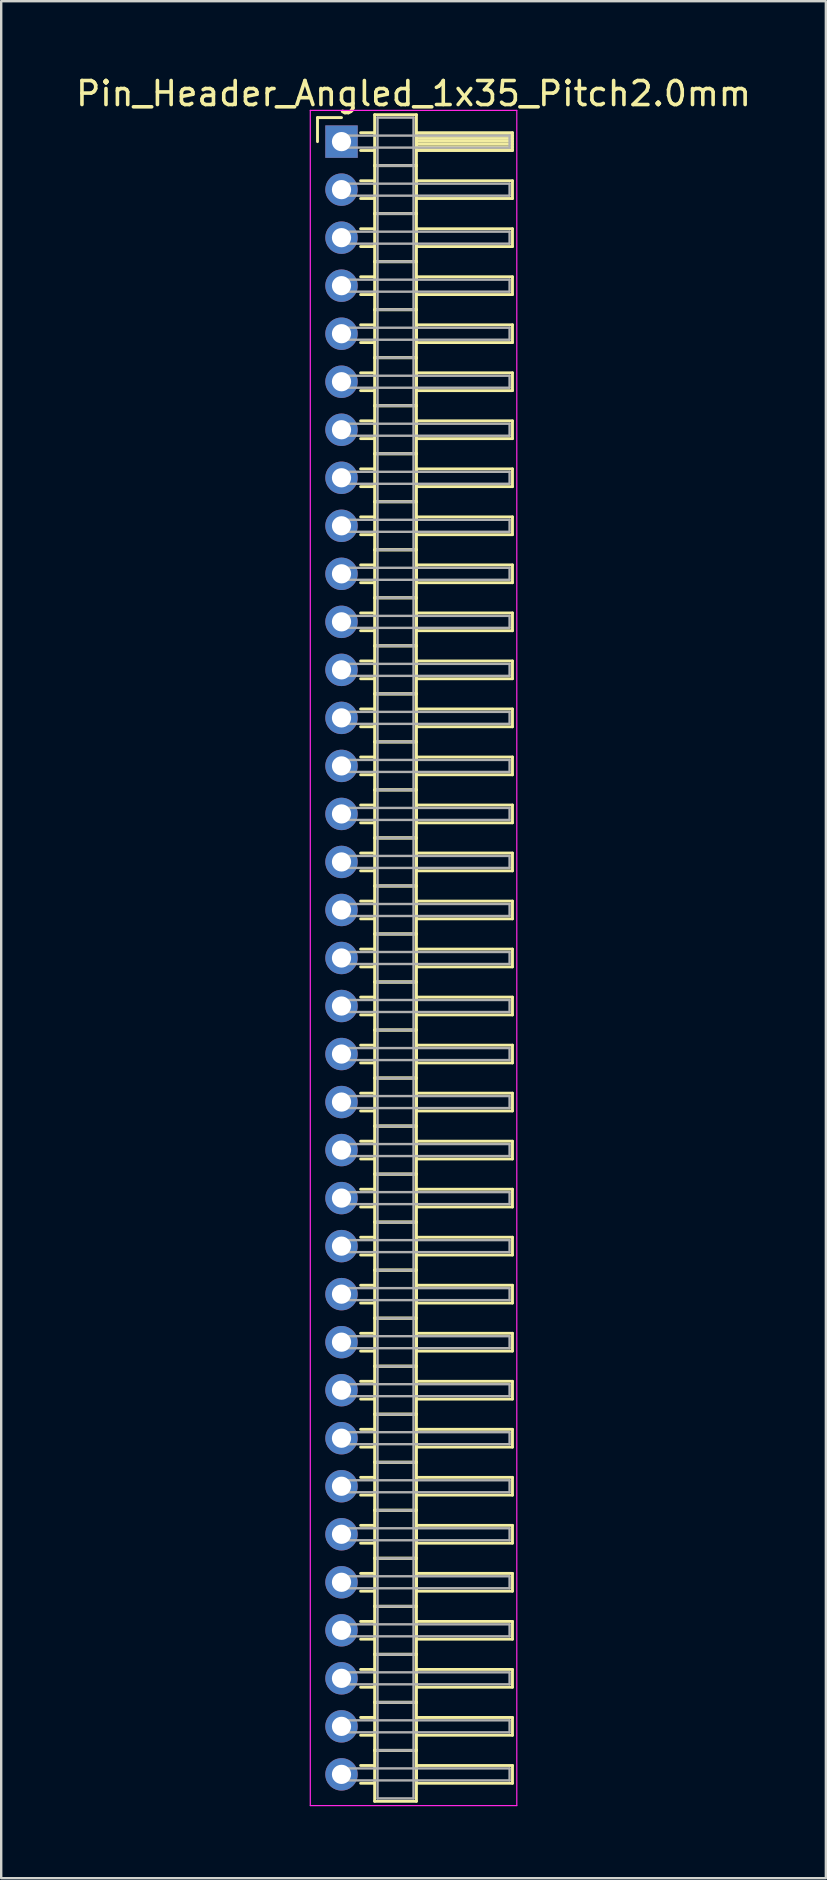
<source format=kicad_pcb>
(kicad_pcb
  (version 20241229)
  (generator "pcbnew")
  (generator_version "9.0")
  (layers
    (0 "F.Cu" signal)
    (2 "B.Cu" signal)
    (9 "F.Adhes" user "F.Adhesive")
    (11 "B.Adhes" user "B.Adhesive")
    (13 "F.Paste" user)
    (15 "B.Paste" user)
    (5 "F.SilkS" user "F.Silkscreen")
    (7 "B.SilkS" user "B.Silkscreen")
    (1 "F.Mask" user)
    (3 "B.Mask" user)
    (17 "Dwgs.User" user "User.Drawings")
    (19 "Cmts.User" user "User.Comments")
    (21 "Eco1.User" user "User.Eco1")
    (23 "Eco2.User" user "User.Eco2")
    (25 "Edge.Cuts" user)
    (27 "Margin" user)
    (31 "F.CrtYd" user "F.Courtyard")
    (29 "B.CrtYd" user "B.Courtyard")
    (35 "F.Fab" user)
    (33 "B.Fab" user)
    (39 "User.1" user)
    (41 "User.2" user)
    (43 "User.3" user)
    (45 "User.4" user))
  (footprint "Pin_Header_Angled_1x35_Pitch2.0mm"
    (layer "F.Cu")
    (at 11.173 2.848)
    (property "Reference" "Pin_Header_Angled_1x35_Pitch2.0mm" (at 3 -2 0) (layer "F.SilkS") (effects (font (size 1 1) (thickness 0.15))))
    (attr through_hole)
    (fp_line (start -1 -1) (end 0 -1) (stroke (width 0.12) (type solid)) (layer "F.SilkS"))
    (fp_line (start -1 0) (end -1 -1) (stroke (width 0.12) (type solid)) (layer "F.SilkS"))
    (fp_line (start 0.795 -0.37) (end 1.38 -0.37) (stroke (width 0.12) (type solid)) (layer "F.SilkS"))
    (fp_line (start 0.795 0.37) (end 1.38 0.37) (stroke (width 0.12) (type solid)) (layer "F.SilkS"))
    (fp_line (start 0.795 1.63) (end 1.38 1.63) (stroke (width 0.12) (type solid)) (layer "F.SilkS"))
    (fp_line (start 0.795 2.37) (end 1.38 2.37) (stroke (width 0.12) (type solid)) (layer "F.SilkS"))
    (fp_line (start 0.795 3.63) (end 1.38 3.63) (stroke (width 0.12) (type solid)) (layer "F.SilkS"))
    (fp_line (start 0.795 4.37) (end 1.38 4.37) (stroke (width 0.12) (type solid)) (layer "F.SilkS"))
    (fp_line (start 0.795 5.63) (end 1.38 5.63) (stroke (width 0.12) (type solid)) (layer "F.SilkS"))
    (fp_line (start 0.795 6.37) (end 1.38 6.37) (stroke (width 0.12) (type solid)) (layer "F.SilkS"))
    (fp_line (start 0.795 7.63) (end 1.38 7.63) (stroke (width 0.12) (type solid)) (layer "F.SilkS"))
    (fp_line (start 0.795 8.37) (end 1.38 8.37) (stroke (width 0.12) (type solid)) (layer "F.SilkS"))
    (fp_line (start 0.795 9.63) (end 1.38 9.63) (stroke (width 0.12) (type solid)) (layer "F.SilkS"))
    (fp_line (start 0.795 10.37) (end 1.38 10.37) (stroke (width 0.12) (type solid)) (layer "F.SilkS"))
    (fp_line (start 0.795 11.63) (end 1.38 11.63) (stroke (width 0.12) (type solid)) (layer "F.SilkS"))
    (fp_line (start 0.795 12.37) (end 1.38 12.37) (stroke (width 0.12) (type solid)) (layer "F.SilkS"))
    (fp_line (start 0.795 13.63) (end 1.38 13.63) (stroke (width 0.12) (type solid)) (layer "F.SilkS"))
    (fp_line (start 0.795 14.37) (end 1.38 14.37) (stroke (width 0.12) (type solid)) (layer "F.SilkS"))
    (fp_line (start 0.795 15.63) (end 1.38 15.63) (stroke (width 0.12) (type solid)) (layer "F.SilkS"))
    (fp_line (start 0.795 16.37) (end 1.38 16.37) (stroke (width 0.12) (type solid)) (layer "F.SilkS"))
    (fp_line (start 0.795 17.63) (end 1.38 17.63) (stroke (width 0.12) (type solid)) (layer "F.SilkS"))
    (fp_line (start 0.795 18.37) (end 1.38 18.37) (stroke (width 0.12) (type solid)) (layer "F.SilkS"))
    (fp_line (start 0.795 19.63) (end 1.38 19.63) (stroke (width 0.12) (type solid)) (layer "F.SilkS"))
    (fp_line (start 0.795 20.37) (end 1.38 20.37) (stroke (width 0.12) (type solid)) (layer "F.SilkS"))
    (fp_line (start 0.795 21.63) (end 1.38 21.63) (stroke (width 0.12) (type solid)) (layer "F.SilkS"))
    (fp_line (start 0.795 22.37) (end 1.38 22.37) (stroke (width 0.12) (type solid)) (layer "F.SilkS"))
    (fp_line (start 0.795 23.63) (end 1.38 23.63) (stroke (width 0.12) (type solid)) (layer "F.SilkS"))
    (fp_line (start 0.795 24.37) (end 1.38 24.37) (stroke (width 0.12) (type solid)) (layer "F.SilkS"))
    (fp_line (start 0.795 25.63) (end 1.38 25.63) (stroke (width 0.12) (type solid)) (layer "F.SilkS"))
    (fp_line (start 0.795 26.37) (end 1.38 26.37) (stroke (width 0.12) (type solid)) (layer "F.SilkS"))
    (fp_line (start 0.795 27.63) (end 1.38 27.63) (stroke (width 0.12) (type solid)) (layer "F.SilkS"))
    (fp_line (start 0.795 28.37) (end 1.38 28.37) (stroke (width 0.12) (type solid)) (layer "F.SilkS"))
    (fp_line (start 0.795 29.63) (end 1.38 29.63) (stroke (width 0.12) (type solid)) (layer "F.SilkS"))
    (fp_line (start 0.795 30.37) (end 1.38 30.37) (stroke (width 0.12) (type solid)) (layer "F.SilkS"))
    (fp_line (start 0.795 31.63) (end 1.38 31.63) (stroke (width 0.12) (type solid)) (layer "F.SilkS"))
    (fp_line (start 0.795 32.37) (end 1.38 32.37) (stroke (width 0.12) (type solid)) (layer "F.SilkS"))
    (fp_line (start 0.795 33.63) (end 1.38 33.63) (stroke (width 0.12) (type solid)) (layer "F.SilkS"))
    (fp_line (start 0.795 34.37) (end 1.38 34.37) (stroke (width 0.12) (type solid)) (layer "F.SilkS"))
    (fp_line (start 0.795 35.63) (end 1.38 35.63) (stroke (width 0.12) (type solid)) (layer "F.SilkS"))
    (fp_line (start 0.795 36.37) (end 1.38 36.37) (stroke (width 0.12) (type solid)) (layer "F.SilkS"))
    (fp_line (start 0.795 37.63) (end 1.38 37.63) (stroke (width 0.12) (type solid)) (layer "F.SilkS"))
    (fp_line (start 0.795 38.37) (end 1.38 38.37) (stroke (width 0.12) (type solid)) (layer "F.SilkS"))
    (fp_line (start 0.795 39.63) (end 1.38 39.63) (stroke (width 0.12) (type solid)) (layer "F.SilkS"))
    (fp_line (start 0.795 40.37) (end 1.38 40.37) (stroke (width 0.12) (type solid)) (layer "F.SilkS"))
    (fp_line (start 0.795 41.63) (end 1.38 41.63) (stroke (width 0.12) (type solid)) (layer "F.SilkS"))
    (fp_line (start 0.795 42.37) (end 1.38 42.37) (stroke (width 0.12) (type solid)) (layer "F.SilkS"))
    (fp_line (start 0.795 43.63) (end 1.38 43.63) (stroke (width 0.12) (type solid)) (layer "F.SilkS"))
    (fp_line (start 0.795 44.37) (end 1.38 44.37) (stroke (width 0.12) (type solid)) (layer "F.SilkS"))
    (fp_line (start 0.795 45.63) (end 1.38 45.63) (stroke (width 0.12) (type solid)) (layer "F.SilkS"))
    (fp_line (start 0.795 46.37) (end 1.38 46.37) (stroke (width 0.12) (type solid)) (layer "F.SilkS"))
    (fp_line (start 0.795 47.63) (end 1.38 47.63) (stroke (width 0.12) (type solid)) (layer "F.SilkS"))
    (fp_line (start 0.795 48.37) (end 1.38 48.37) (stroke (width 0.12) (type solid)) (layer "F.SilkS"))
    (fp_line (start 0.795 49.63) (end 1.38 49.63) (stroke (width 0.12) (type solid)) (layer "F.SilkS"))
    (fp_line (start 0.795 50.37) (end 1.38 50.37) (stroke (width 0.12) (type solid)) (layer "F.SilkS"))
    (fp_line (start 0.795 51.63) (end 1.38 51.63) (stroke (width 0.12) (type solid)) (layer "F.SilkS"))
    (fp_line (start 0.795 52.37) (end 1.38 52.37) (stroke (width 0.12) (type solid)) (layer "F.SilkS"))
    (fp_line (start 0.795 53.63) (end 1.38 53.63) (stroke (width 0.12) (type solid)) (layer "F.SilkS"))
    (fp_line (start 0.795 54.37) (end 1.38 54.37) (stroke (width 0.12) (type solid)) (layer "F.SilkS"))
    (fp_line (start 0.795 55.63) (end 1.38 55.63) (stroke (width 0.12) (type solid)) (layer "F.SilkS"))
    (fp_line (start 0.795 56.37) (end 1.38 56.37) (stroke (width 0.12) (type solid)) (layer "F.SilkS"))
    (fp_line (start 0.795 57.63) (end 1.38 57.63) (stroke (width 0.12) (type solid)) (layer "F.SilkS"))
    (fp_line (start 0.795 58.37) (end 1.38 58.37) (stroke (width 0.12) (type solid)) (layer "F.SilkS"))
    (fp_line (start 0.795 59.63) (end 1.38 59.63) (stroke (width 0.12) (type solid)) (layer "F.SilkS"))
    (fp_line (start 0.795 60.37) (end 1.38 60.37) (stroke (width 0.12) (type solid)) (layer "F.SilkS"))
    (fp_line (start 0.795 61.63) (end 1.38 61.63) (stroke (width 0.12) (type solid)) (layer "F.SilkS"))
    (fp_line (start 0.795 62.37) (end 1.38 62.37) (stroke (width 0.12) (type solid)) (layer "F.SilkS"))
    (fp_line (start 0.795 63.63) (end 1.38 63.63) (stroke (width 0.12) (type solid)) (layer "F.SilkS"))
    (fp_line (start 0.795 64.37) (end 1.38 64.37) (stroke (width 0.12) (type solid)) (layer "F.SilkS"))
    (fp_line (start 0.795 65.63) (end 1.38 65.63) (stroke (width 0.12) (type solid)) (layer "F.SilkS"))
    (fp_line (start 0.795 66.37) (end 1.38 66.37) (stroke (width 0.12) (type solid)) (layer "F.SilkS"))
    (fp_line (start 0.795 67.63) (end 1.38 67.63) (stroke (width 0.12) (type solid)) (layer "F.SilkS"))
    (fp_line (start 0.795 68.37) (end 1.38 68.37) (stroke (width 0.12) (type solid)) (layer "F.SilkS"))
    (fp_line (start 1.38 -1.12) (end 1.38 1) (stroke (width 0.12) (type solid)) (layer "F.SilkS"))
    (fp_line (start 1.38 1) (end 1.38 3) (stroke (width 0.12) (type solid)) (layer "F.SilkS"))
    (fp_line (start 1.38 1) (end 3.12 1) (stroke (width 0.12) (type solid)) (layer "F.SilkS"))
    (fp_line (start 1.38 3) (end 1.38 5) (stroke (width 0.12) (type solid)) (layer "F.SilkS"))
    (fp_line (start 1.38 3) (end 3.12 3) (stroke (width 0.12) (type solid)) (layer "F.SilkS"))
    (fp_line (start 1.38 5) (end 1.38 7) (stroke (width 0.12) (type solid)) (layer "F.SilkS"))
    (fp_line (start 1.38 5) (end 3.12 5) (stroke (width 0.12) (type solid)) (layer "F.SilkS"))
    (fp_line (start 1.38 7) (end 1.38 9) (stroke (width 0.12) (type solid)) (layer "F.SilkS"))
    (fp_line (start 1.38 7) (end 3.12 7) (stroke (width 0.12) (type solid)) (layer "F.SilkS"))
    (fp_line (start 1.38 9) (end 1.38 11) (stroke (width 0.12) (type solid)) (layer "F.SilkS"))
    (fp_line (start 1.38 9) (end 3.12 9) (stroke (width 0.12) (type solid)) (layer "F.SilkS"))
    (fp_line (start 1.38 11) (end 1.38 13) (stroke (width 0.12) (type solid)) (layer "F.SilkS"))
    (fp_line (start 1.38 11) (end 3.12 11) (stroke (width 0.12) (type solid)) (layer "F.SilkS"))
    (fp_line (start 1.38 13) (end 1.38 15) (stroke (width 0.12) (type solid)) (layer "F.SilkS"))
    (fp_line (start 1.38 13) (end 3.12 13) (stroke (width 0.12) (type solid)) (layer "F.SilkS"))
    (fp_line (start 1.38 15) (end 1.38 17) (stroke (width 0.12) (type solid)) (layer "F.SilkS"))
    (fp_line (start 1.38 15) (end 3.12 15) (stroke (width 0.12) (type solid)) (layer "F.SilkS"))
    (fp_line (start 1.38 17) (end 1.38 19) (stroke (width 0.12) (type solid)) (layer "F.SilkS"))
    (fp_line (start 1.38 17) (end 3.12 17) (stroke (width 0.12) (type solid)) (layer "F.SilkS"))
    (fp_line (start 1.38 19) (end 1.38 21) (stroke (width 0.12) (type solid)) (layer "F.SilkS"))
    (fp_line (start 1.38 19) (end 3.12 19) (stroke (width 0.12) (type solid)) (layer "F.SilkS"))
    (fp_line (start 1.38 21) (end 1.38 23) (stroke (width 0.12) (type solid)) (layer "F.SilkS"))
    (fp_line (start 1.38 21) (end 3.12 21) (stroke (width 0.12) (type solid)) (layer "F.SilkS"))
    (fp_line (start 1.38 23) (end 1.38 25) (stroke (width 0.12) (type solid)) (layer "F.SilkS"))
    (fp_line (start 1.38 23) (end 3.12 23) (stroke (width 0.12) (type solid)) (layer "F.SilkS"))
    (fp_line (start 1.38 25) (end 1.38 27) (stroke (width 0.12) (type solid)) (layer "F.SilkS"))
    (fp_line (start 1.38 25) (end 3.12 25) (stroke (width 0.12) (type solid)) (layer "F.SilkS"))
    (fp_line (start 1.38 27) (end 1.38 29) (stroke (width 0.12) (type solid)) (layer "F.SilkS"))
    (fp_line (start 1.38 27) (end 3.12 27) (stroke (width 0.12) (type solid)) (layer "F.SilkS"))
    (fp_line (start 1.38 29) (end 1.38 31) (stroke (width 0.12) (type solid)) (layer "F.SilkS"))
    (fp_line (start 1.38 29) (end 3.12 29) (stroke (width 0.12) (type solid)) (layer "F.SilkS"))
    (fp_line (start 1.38 31) (end 1.38 33) (stroke (width 0.12) (type solid)) (layer "F.SilkS"))
    (fp_line (start 1.38 31) (end 3.12 31) (stroke (width 0.12) (type solid)) (layer "F.SilkS"))
    (fp_line (start 1.38 33) (end 1.38 35) (stroke (width 0.12) (type solid)) (layer "F.SilkS"))
    (fp_line (start 1.38 33) (end 3.12 33) (stroke (width 0.12) (type solid)) (layer "F.SilkS"))
    (fp_line (start 1.38 35) (end 1.38 37) (stroke (width 0.12) (type solid)) (layer "F.SilkS"))
    (fp_line (start 1.38 35) (end 3.12 35) (stroke (width 0.12) (type solid)) (layer "F.SilkS"))
    (fp_line (start 1.38 37) (end 1.38 39) (stroke (width 0.12) (type solid)) (layer "F.SilkS"))
    (fp_line (start 1.38 37) (end 3.12 37) (stroke (width 0.12) (type solid)) (layer "F.SilkS"))
    (fp_line (start 1.38 39) (end 1.38 41) (stroke (width 0.12) (type solid)) (layer "F.SilkS"))
    (fp_line (start 1.38 39) (end 3.12 39) (stroke (width 0.12) (type solid)) (layer "F.SilkS"))
    (fp_line (start 1.38 41) (end 1.38 43) (stroke (width 0.12) (type solid)) (layer "F.SilkS"))
    (fp_line (start 1.38 41) (end 3.12 41) (stroke (width 0.12) (type solid)) (layer "F.SilkS"))
    (fp_line (start 1.38 43) (end 1.38 45) (stroke (width 0.12) (type solid)) (layer "F.SilkS"))
    (fp_line (start 1.38 43) (end 3.12 43) (stroke (width 0.12) (type solid)) (layer "F.SilkS"))
    (fp_line (start 1.38 45) (end 1.38 47) (stroke (width 0.12) (type solid)) (layer "F.SilkS"))
    (fp_line (start 1.38 45) (end 3.12 45) (stroke (width 0.12) (type solid)) (layer "F.SilkS"))
    (fp_line (start 1.38 47) (end 1.38 49) (stroke (width 0.12) (type solid)) (layer "F.SilkS"))
    (fp_line (start 1.38 47) (end 3.12 47) (stroke (width 0.12) (type solid)) (layer "F.SilkS"))
    (fp_line (start 1.38 49) (end 1.38 51) (stroke (width 0.12) (type solid)) (layer "F.SilkS"))
    (fp_line (start 1.38 49) (end 3.12 49) (stroke (width 0.12) (type solid)) (layer "F.SilkS"))
    (fp_line (start 1.38 51) (end 1.38 53) (stroke (width 0.12) (type solid)) (layer "F.SilkS"))
    (fp_line (start 1.38 51) (end 3.12 51) (stroke (width 0.12) (type solid)) (layer "F.SilkS"))
    (fp_line (start 1.38 53) (end 1.38 55) (stroke (width 0.12) (type solid)) (layer "F.SilkS"))
    (fp_line (start 1.38 53) (end 3.12 53) (stroke (width 0.12) (type solid)) (layer "F.SilkS"))
    (fp_line (start 1.38 55) (end 1.38 57) (stroke (width 0.12) (type solid)) (layer "F.SilkS"))
    (fp_line (start 1.38 55) (end 3.12 55) (stroke (width 0.12) (type solid)) (layer "F.SilkS"))
    (fp_line (start 1.38 57) (end 1.38 59) (stroke (width 0.12) (type solid)) (layer "F.SilkS"))
    (fp_line (start 1.38 57) (end 3.12 57) (stroke (width 0.12) (type solid)) (layer "F.SilkS"))
    (fp_line (start 1.38 59) (end 1.38 61) (stroke (width 0.12) (type solid)) (layer "F.SilkS"))
    (fp_line (start 1.38 59) (end 3.12 59) (stroke (width 0.12) (type solid)) (layer "F.SilkS"))
    (fp_line (start 1.38 61) (end 1.38 63) (stroke (width 0.12) (type solid)) (layer "F.SilkS"))
    (fp_line (start 1.38 61) (end 3.12 61) (stroke (width 0.12) (type solid)) (layer "F.SilkS"))
    (fp_line (start 1.38 63) (end 1.38 65) (stroke (width 0.12) (type solid)) (layer "F.SilkS"))
    (fp_line (start 1.38 63) (end 3.12 63) (stroke (width 0.12) (type solid)) (layer "F.SilkS"))
    (fp_line (start 1.38 65) (end 1.38 67) (stroke (width 0.12) (type solid)) (layer "F.SilkS"))
    (fp_line (start 1.38 65) (end 3.12 65) (stroke (width 0.12) (type solid)) (layer "F.SilkS"))
    (fp_line (start 1.38 67) (end 1.38 69.12) (stroke (width 0.12) (type solid)) (layer "F.SilkS"))
    (fp_line (start 1.38 67) (end 3.12 67) (stroke (width 0.12) (type solid)) (layer "F.SilkS"))
    (fp_line (start 1.38 69.12) (end 3.12 69.12) (stroke (width 0.12) (type solid)) (layer "F.SilkS"))
    (fp_line (start 3.12 -1.12) (end 1.38 -1.12) (stroke (width 0.12) (type solid)) (layer "F.SilkS"))
    (fp_line (start 3.12 -0.37) (end 3.12 0.37) (stroke (width 0.12) (type solid)) (layer "F.SilkS"))
    (fp_line (start 3.12 -0.25) (end 7.12 -0.25) (stroke (width 0.12) (type solid)) (layer "F.SilkS"))
    (fp_line (start 3.12 -0.13) (end 7.12 -0.13) (stroke (width 0.12) (type solid)) (layer "F.SilkS"))
    (fp_line (start 3.12 -0.01) (end 7.12 -0.01) (stroke (width 0.12) (type solid)) (layer "F.SilkS"))
    (fp_line (start 3.12 0.11) (end 7.12 0.11) (stroke (width 0.12) (type solid)) (layer "F.SilkS"))
    (fp_line (start 3.12 0.23) (end 7.12 0.23) (stroke (width 0.12) (type solid)) (layer "F.SilkS"))
    (fp_line (start 3.12 0.35) (end 7.12 0.35) (stroke (width 0.12) (type solid)) (layer "F.SilkS"))
    (fp_line (start 3.12 0.37) (end 7.12 0.37) (stroke (width 0.12) (type solid)) (layer "F.SilkS"))
    (fp_line (start 3.12 1) (end 1.38 1) (stroke (width 0.12) (type solid)) (layer "F.SilkS"))
    (fp_line (start 3.12 1) (end 3.12 -1.12) (stroke (width 0.12) (type solid)) (layer "F.SilkS"))
    (fp_line (start 3.12 1.63) (end 3.12 2.37) (stroke (width 0.12) (type solid)) (layer "F.SilkS"))
    (fp_line (start 3.12 2.37) (end 7.12 2.37) (stroke (width 0.12) (type solid)) (layer "F.SilkS"))
    (fp_line (start 3.12 3) (end 1.38 3) (stroke (width 0.12) (type solid)) (layer "F.SilkS"))
    (fp_line (start 3.12 3) (end 3.12 1) (stroke (width 0.12) (type solid)) (layer "F.SilkS"))
    (fp_line (start 3.12 3.63) (end 3.12 4.37) (stroke (width 0.12) (type solid)) (layer "F.SilkS"))
    (fp_line (start 3.12 4.37) (end 7.12 4.37) (stroke (width 0.12) (type solid)) (layer "F.SilkS"))
    (fp_line (start 3.12 5) (end 1.38 5) (stroke (width 0.12) (type solid)) (layer "F.SilkS"))
    (fp_line (start 3.12 5) (end 3.12 3) (stroke (width 0.12) (type solid)) (layer "F.SilkS"))
    (fp_line (start 3.12 5.63) (end 3.12 6.37) (stroke (width 0.12) (type solid)) (layer "F.SilkS"))
    (fp_line (start 3.12 6.37) (end 7.12 6.37) (stroke (width 0.12) (type solid)) (layer "F.SilkS"))
    (fp_line (start 3.12 7) (end 1.38 7) (stroke (width 0.12) (type solid)) (layer "F.SilkS"))
    (fp_line (start 3.12 7) (end 3.12 5) (stroke (width 0.12) (type solid)) (layer "F.SilkS"))
    (fp_line (start 3.12 7.63) (end 3.12 8.37) (stroke (width 0.12) (type solid)) (layer "F.SilkS"))
    (fp_line (start 3.12 8.37) (end 7.12 8.37) (stroke (width 0.12) (type solid)) (layer "F.SilkS"))
    (fp_line (start 3.12 9) (end 1.38 9) (stroke (width 0.12) (type solid)) (layer "F.SilkS"))
    (fp_line (start 3.12 9) (end 3.12 7) (stroke (width 0.12) (type solid)) (layer "F.SilkS"))
    (fp_line (start 3.12 9.63) (end 3.12 10.37) (stroke (width 0.12) (type solid)) (layer "F.SilkS"))
    (fp_line (start 3.12 10.37) (end 7.12 10.37) (stroke (width 0.12) (type solid)) (layer "F.SilkS"))
    (fp_line (start 3.12 11) (end 1.38 11) (stroke (width 0.12) (type solid)) (layer "F.SilkS"))
    (fp_line (start 3.12 11) (end 3.12 9) (stroke (width 0.12) (type solid)) (layer "F.SilkS"))
    (fp_line (start 3.12 11.63) (end 3.12 12.37) (stroke (width 0.12) (type solid)) (layer "F.SilkS"))
    (fp_line (start 3.12 12.37) (end 7.12 12.37) (stroke (width 0.12) (type solid)) (layer "F.SilkS"))
    (fp_line (start 3.12 13) (end 1.38 13) (stroke (width 0.12) (type solid)) (layer "F.SilkS"))
    (fp_line (start 3.12 13) (end 3.12 11) (stroke (width 0.12) (type solid)) (layer "F.SilkS"))
    (fp_line (start 3.12 13.63) (end 3.12 14.37) (stroke (width 0.12) (type solid)) (layer "F.SilkS"))
    (fp_line (start 3.12 14.37) (end 7.12 14.37) (stroke (width 0.12) (type solid)) (layer "F.SilkS"))
    (fp_line (start 3.12 15) (end 1.38 15) (stroke (width 0.12) (type solid)) (layer "F.SilkS"))
    (fp_line (start 3.12 15) (end 3.12 13) (stroke (width 0.12) (type solid)) (layer "F.SilkS"))
    (fp_line (start 3.12 15.63) (end 3.12 16.37) (stroke (width 0.12) (type solid)) (layer "F.SilkS"))
    (fp_line (start 3.12 16.37) (end 7.12 16.37) (stroke (width 0.12) (type solid)) (layer "F.SilkS"))
    (fp_line (start 3.12 17) (end 1.38 17) (stroke (width 0.12) (type solid)) (layer "F.SilkS"))
    (fp_line (start 3.12 17) (end 3.12 15) (stroke (width 0.12) (type solid)) (layer "F.SilkS"))
    (fp_line (start 3.12 17.63) (end 3.12 18.37) (stroke (width 0.12) (type solid)) (layer "F.SilkS"))
    (fp_line (start 3.12 18.37) (end 7.12 18.37) (stroke (width 0.12) (type solid)) (layer "F.SilkS"))
    (fp_line (start 3.12 19) (end 1.38 19) (stroke (width 0.12) (type solid)) (layer "F.SilkS"))
    (fp_line (start 3.12 19) (end 3.12 17) (stroke (width 0.12) (type solid)) (layer "F.SilkS"))
    (fp_line (start 3.12 19.63) (end 3.12 20.37) (stroke (width 0.12) (type solid)) (layer "F.SilkS"))
    (fp_line (start 3.12 20.37) (end 7.12 20.37) (stroke (width 0.12) (type solid)) (layer "F.SilkS"))
    (fp_line (start 3.12 21) (end 1.38 21) (stroke (width 0.12) (type solid)) (layer "F.SilkS"))
    (fp_line (start 3.12 21) (end 3.12 19) (stroke (width 0.12) (type solid)) (layer "F.SilkS"))
    (fp_line (start 3.12 21.63) (end 3.12 22.37) (stroke (width 0.12) (type solid)) (layer "F.SilkS"))
    (fp_line (start 3.12 22.37) (end 7.12 22.37) (stroke (width 0.12) (type solid)) (layer "F.SilkS"))
    (fp_line (start 3.12 23) (end 1.38 23) (stroke (width 0.12) (type solid)) (layer "F.SilkS"))
    (fp_line (start 3.12 23) (end 3.12 21) (stroke (width 0.12) (type solid)) (layer "F.SilkS"))
    (fp_line (start 3.12 23.63) (end 3.12 24.37) (stroke (width 0.12) (type solid)) (layer "F.SilkS"))
    (fp_line (start 3.12 24.37) (end 7.12 24.37) (stroke (width 0.12) (type solid)) (layer "F.SilkS"))
    (fp_line (start 3.12 25) (end 1.38 25) (stroke (width 0.12) (type solid)) (layer "F.SilkS"))
    (fp_line (start 3.12 25) (end 3.12 23) (stroke (width 0.12) (type solid)) (layer "F.SilkS"))
    (fp_line (start 3.12 25.63) (end 3.12 26.37) (stroke (width 0.12) (type solid)) (layer "F.SilkS"))
    (fp_line (start 3.12 26.37) (end 7.12 26.37) (stroke (width 0.12) (type solid)) (layer "F.SilkS"))
    (fp_line (start 3.12 27) (end 1.38 27) (stroke (width 0.12) (type solid)) (layer "F.SilkS"))
    (fp_line (start 3.12 27) (end 3.12 25) (stroke (width 0.12) (type solid)) (layer "F.SilkS"))
    (fp_line (start 3.12 27.63) (end 3.12 28.37) (stroke (width 0.12) (type solid)) (layer "F.SilkS"))
    (fp_line (start 3.12 28.37) (end 7.12 28.37) (stroke (width 0.12) (type solid)) (layer "F.SilkS"))
    (fp_line (start 3.12 29) (end 1.38 29) (stroke (width 0.12) (type solid)) (layer "F.SilkS"))
    (fp_line (start 3.12 29) (end 3.12 27) (stroke (width 0.12) (type solid)) (layer "F.SilkS"))
    (fp_line (start 3.12 29.63) (end 3.12 30.37) (stroke (width 0.12) (type solid)) (layer "F.SilkS"))
    (fp_line (start 3.12 30.37) (end 7.12 30.37) (stroke (width 0.12) (type solid)) (layer "F.SilkS"))
    (fp_line (start 3.12 31) (end 1.38 31) (stroke (width 0.12) (type solid)) (layer "F.SilkS"))
    (fp_line (start 3.12 31) (end 3.12 29) (stroke (width 0.12) (type solid)) (layer "F.SilkS"))
    (fp_line (start 3.12 31.63) (end 3.12 32.37) (stroke (width 0.12) (type solid)) (layer "F.SilkS"))
    (fp_line (start 3.12 32.37) (end 7.12 32.37) (stroke (width 0.12) (type solid)) (layer "F.SilkS"))
    (fp_line (start 3.12 33) (end 1.38 33) (stroke (width 0.12) (type solid)) (layer "F.SilkS"))
    (fp_line (start 3.12 33) (end 3.12 31) (stroke (width 0.12) (type solid)) (layer "F.SilkS"))
    (fp_line (start 3.12 33.63) (end 3.12 34.37) (stroke (width 0.12) (type solid)) (layer "F.SilkS"))
    (fp_line (start 3.12 34.37) (end 7.12 34.37) (stroke (width 0.12) (type solid)) (layer "F.SilkS"))
    (fp_line (start 3.12 35) (end 1.38 35) (stroke (width 0.12) (type solid)) (layer "F.SilkS"))
    (fp_line (start 3.12 35) (end 3.12 33) (stroke (width 0.12) (type solid)) (layer "F.SilkS"))
    (fp_line (start 3.12 35.63) (end 3.12 36.37) (stroke (width 0.12) (type solid)) (layer "F.SilkS"))
    (fp_line (start 3.12 36.37) (end 7.12 36.37) (stroke (width 0.12) (type solid)) (layer "F.SilkS"))
    (fp_line (start 3.12 37) (end 1.38 37) (stroke (width 0.12) (type solid)) (layer "F.SilkS"))
    (fp_line (start 3.12 37) (end 3.12 35) (stroke (width 0.12) (type solid)) (layer "F.SilkS"))
    (fp_line (start 3.12 37.63) (end 3.12 38.37) (stroke (width 0.12) (type solid)) (layer "F.SilkS"))
    (fp_line (start 3.12 38.37) (end 7.12 38.37) (stroke (width 0.12) (type solid)) (layer "F.SilkS"))
    (fp_line (start 3.12 39) (end 1.38 39) (stroke (width 0.12) (type solid)) (layer "F.SilkS"))
    (fp_line (start 3.12 39) (end 3.12 37) (stroke (width 0.12) (type solid)) (layer "F.SilkS"))
    (fp_line (start 3.12 39.63) (end 3.12 40.37) (stroke (width 0.12) (type solid)) (layer "F.SilkS"))
    (fp_line (start 3.12 40.37) (end 7.12 40.37) (stroke (width 0.12) (type solid)) (layer "F.SilkS"))
    (fp_line (start 3.12 41) (end 1.38 41) (stroke (width 0.12) (type solid)) (layer "F.SilkS"))
    (fp_line (start 3.12 41) (end 3.12 39) (stroke (width 0.12) (type solid)) (layer "F.SilkS"))
    (fp_line (start 3.12 41.63) (end 3.12 42.37) (stroke (width 0.12) (type solid)) (layer "F.SilkS"))
    (fp_line (start 3.12 42.37) (end 7.12 42.37) (stroke (width 0.12) (type solid)) (layer "F.SilkS"))
    (fp_line (start 3.12 43) (end 1.38 43) (stroke (width 0.12) (type solid)) (layer "F.SilkS"))
    (fp_line (start 3.12 43) (end 3.12 41) (stroke (width 0.12) (type solid)) (layer "F.SilkS"))
    (fp_line (start 3.12 43.63) (end 3.12 44.37) (stroke (width 0.12) (type solid)) (layer "F.SilkS"))
    (fp_line (start 3.12 44.37) (end 7.12 44.37) (stroke (width 0.12) (type solid)) (layer "F.SilkS"))
    (fp_line (start 3.12 45) (end 1.38 45) (stroke (width 0.12) (type solid)) (layer "F.SilkS"))
    (fp_line (start 3.12 45) (end 3.12 43) (stroke (width 0.12) (type solid)) (layer "F.SilkS"))
    (fp_line (start 3.12 45.63) (end 3.12 46.37) (stroke (width 0.12) (type solid)) (layer "F.SilkS"))
    (fp_line (start 3.12 46.37) (end 7.12 46.37) (stroke (width 0.12) (type solid)) (layer "F.SilkS"))
    (fp_line (start 3.12 47) (end 1.38 47) (stroke (width 0.12) (type solid)) (layer "F.SilkS"))
    (fp_line (start 3.12 47) (end 3.12 45) (stroke (width 0.12) (type solid)) (layer "F.SilkS"))
    (fp_line (start 3.12 47.63) (end 3.12 48.37) (stroke (width 0.12) (type solid)) (layer "F.SilkS"))
    (fp_line (start 3.12 48.37) (end 7.12 48.37) (stroke (width 0.12) (type solid)) (layer "F.SilkS"))
    (fp_line (start 3.12 49) (end 1.38 49) (stroke (width 0.12) (type solid)) (layer "F.SilkS"))
    (fp_line (start 3.12 49) (end 3.12 47) (stroke (width 0.12) (type solid)) (layer "F.SilkS"))
    (fp_line (start 3.12 49.63) (end 3.12 50.37) (stroke (width 0.12) (type solid)) (layer "F.SilkS"))
    (fp_line (start 3.12 50.37) (end 7.12 50.37) (stroke (width 0.12) (type solid)) (layer "F.SilkS"))
    (fp_line (start 3.12 51) (end 1.38 51) (stroke (width 0.12) (type solid)) (layer "F.SilkS"))
    (fp_line (start 3.12 51) (end 3.12 49) (stroke (width 0.12) (type solid)) (layer "F.SilkS"))
    (fp_line (start 3.12 51.63) (end 3.12 52.37) (stroke (width 0.12) (type solid)) (layer "F.SilkS"))
    (fp_line (start 3.12 52.37) (end 7.12 52.37) (stroke (width 0.12) (type solid)) (layer "F.SilkS"))
    (fp_line (start 3.12 53) (end 1.38 53) (stroke (width 0.12) (type solid)) (layer "F.SilkS"))
    (fp_line (start 3.12 53) (end 3.12 51) (stroke (width 0.12) (type solid)) (layer "F.SilkS"))
    (fp_line (start 3.12 53.63) (end 3.12 54.37) (stroke (width 0.12) (type solid)) (layer "F.SilkS"))
    (fp_line (start 3.12 54.37) (end 7.12 54.37) (stroke (width 0.12) (type solid)) (layer "F.SilkS"))
    (fp_line (start 3.12 55) (end 1.38 55) (stroke (width 0.12) (type solid)) (layer "F.SilkS"))
    (fp_line (start 3.12 55) (end 3.12 53) (stroke (width 0.12) (type solid)) (layer "F.SilkS"))
    (fp_line (start 3.12 55.63) (end 3.12 56.37) (stroke (width 0.12) (type solid)) (layer "F.SilkS"))
    (fp_line (start 3.12 56.37) (end 7.12 56.37) (stroke (width 0.12) (type solid)) (layer "F.SilkS"))
    (fp_line (start 3.12 57) (end 1.38 57) (stroke (width 0.12) (type solid)) (layer "F.SilkS"))
    (fp_line (start 3.12 57) (end 3.12 55) (stroke (width 0.12) (type solid)) (layer "F.SilkS"))
    (fp_line (start 3.12 57.63) (end 3.12 58.37) (stroke (width 0.12) (type solid)) (layer "F.SilkS"))
    (fp_line (start 3.12 58.37) (end 7.12 58.37) (stroke (width 0.12) (type solid)) (layer "F.SilkS"))
    (fp_line (start 3.12 59) (end 1.38 59) (stroke (width 0.12) (type solid)) (layer "F.SilkS"))
    (fp_line (start 3.12 59) (end 3.12 57) (stroke (width 0.12) (type solid)) (layer "F.SilkS"))
    (fp_line (start 3.12 59.63) (end 3.12 60.37) (stroke (width 0.12) (type solid)) (layer "F.SilkS"))
    (fp_line (start 3.12 60.37) (end 7.12 60.37) (stroke (width 0.12) (type solid)) (layer "F.SilkS"))
    (fp_line (start 3.12 61) (end 1.38 61) (stroke (width 0.12) (type solid)) (layer "F.SilkS"))
    (fp_line (start 3.12 61) (end 3.12 59) (stroke (width 0.12) (type solid)) (layer "F.SilkS"))
    (fp_line (start 3.12 61.63) (end 3.12 62.37) (stroke (width 0.12) (type solid)) (layer "F.SilkS"))
    (fp_line (start 3.12 62.37) (end 7.12 62.37) (stroke (width 0.12) (type solid)) (layer "F.SilkS"))
    (fp_line (start 3.12 63) (end 1.38 63) (stroke (width 0.12) (type solid)) (layer "F.SilkS"))
    (fp_line (start 3.12 63) (end 3.12 61) (stroke (width 0.12) (type solid)) (layer "F.SilkS"))
    (fp_line (start 3.12 63.63) (end 3.12 64.37) (stroke (width 0.12) (type solid)) (layer "F.SilkS"))
    (fp_line (start 3.12 64.37) (end 7.12 64.37) (stroke (width 0.12) (type solid)) (layer "F.SilkS"))
    (fp_line (start 3.12 65) (end 1.38 65) (stroke (width 0.12) (type solid)) (layer "F.SilkS"))
    (fp_line (start 3.12 65) (end 3.12 63) (stroke (width 0.12) (type solid)) (layer "F.SilkS"))
    (fp_line (start 3.12 65.63) (end 3.12 66.37) (stroke (width 0.12) (type solid)) (layer "F.SilkS"))
    (fp_line (start 3.12 66.37) (end 7.12 66.37) (stroke (width 0.12) (type solid)) (layer "F.SilkS"))
    (fp_line (start 3.12 67) (end 1.38 67) (stroke (width 0.12) (type solid)) (layer "F.SilkS"))
    (fp_line (start 3.12 67) (end 3.12 65) (stroke (width 0.12) (type solid)) (layer "F.SilkS"))
    (fp_line (start 3.12 67.63) (end 3.12 68.37) (stroke (width 0.12) (type solid)) (layer "F.SilkS"))
    (fp_line (start 3.12 68.37) (end 7.12 68.37) (stroke (width 0.12) (type solid)) (layer "F.SilkS"))
    (fp_line (start 3.12 69.12) (end 3.12 67) (stroke (width 0.12) (type solid)) (layer "F.SilkS"))
    (fp_line (start 7.12 -0.37) (end 3.12 -0.37) (stroke (width 0.12) (type solid)) (layer "F.SilkS"))
    (fp_line (start 7.12 0.37) (end 7.12 -0.37) (stroke (width 0.12) (type solid)) (layer "F.SilkS"))
    (fp_line (start 7.12 1.63) (end 3.12 1.63) (stroke (width 0.12) (type solid)) (layer "F.SilkS"))
    (fp_line (start 7.12 2.37) (end 7.12 1.63) (stroke (width 0.12) (type solid)) (layer "F.SilkS"))
    (fp_line (start 7.12 3.63) (end 3.12 3.63) (stroke (width 0.12) (type solid)) (layer "F.SilkS"))
    (fp_line (start 7.12 4.37) (end 7.12 3.63) (stroke (width 0.12) (type solid)) (layer "F.SilkS"))
    (fp_line (start 7.12 5.63) (end 3.12 5.63) (stroke (width 0.12) (type solid)) (layer "F.SilkS"))
    (fp_line (start 7.12 6.37) (end 7.12 5.63) (stroke (width 0.12) (type solid)) (layer "F.SilkS"))
    (fp_line (start 7.12 7.63) (end 3.12 7.63) (stroke (width 0.12) (type solid)) (layer "F.SilkS"))
    (fp_line (start 7.12 8.37) (end 7.12 7.63) (stroke (width 0.12) (type solid)) (layer "F.SilkS"))
    (fp_line (start 7.12 9.63) (end 3.12 9.63) (stroke (width 0.12) (type solid)) (layer "F.SilkS"))
    (fp_line (start 7.12 10.37) (end 7.12 9.63) (stroke (width 0.12) (type solid)) (layer "F.SilkS"))
    (fp_line (start 7.12 11.63) (end 3.12 11.63) (stroke (width 0.12) (type solid)) (layer "F.SilkS"))
    (fp_line (start 7.12 12.37) (end 7.12 11.63) (stroke (width 0.12) (type solid)) (layer "F.SilkS"))
    (fp_line (start 7.12 13.63) (end 3.12 13.63) (stroke (width 0.12) (type solid)) (layer "F.SilkS"))
    (fp_line (start 7.12 14.37) (end 7.12 13.63) (stroke (width 0.12) (type solid)) (layer "F.SilkS"))
    (fp_line (start 7.12 15.63) (end 3.12 15.63) (stroke (width 0.12) (type solid)) (layer "F.SilkS"))
    (fp_line (start 7.12 16.37) (end 7.12 15.63) (stroke (width 0.12) (type solid)) (layer "F.SilkS"))
    (fp_line (start 7.12 17.63) (end 3.12 17.63) (stroke (width 0.12) (type solid)) (layer "F.SilkS"))
    (fp_line (start 7.12 18.37) (end 7.12 17.63) (stroke (width 0.12) (type solid)) (layer "F.SilkS"))
    (fp_line (start 7.12 19.63) (end 3.12 19.63) (stroke (width 0.12) (type solid)) (layer "F.SilkS"))
    (fp_line (start 7.12 20.37) (end 7.12 19.63) (stroke (width 0.12) (type solid)) (layer "F.SilkS"))
    (fp_line (start 7.12 21.63) (end 3.12 21.63) (stroke (width 0.12) (type solid)) (layer "F.SilkS"))
    (fp_line (start 7.12 22.37) (end 7.12 21.63) (stroke (width 0.12) (type solid)) (layer "F.SilkS"))
    (fp_line (start 7.12 23.63) (end 3.12 23.63) (stroke (width 0.12) (type solid)) (layer "F.SilkS"))
    (fp_line (start 7.12 24.37) (end 7.12 23.63) (stroke (width 0.12) (type solid)) (layer "F.SilkS"))
    (fp_line (start 7.12 25.63) (end 3.12 25.63) (stroke (width 0.12) (type solid)) (layer "F.SilkS"))
    (fp_line (start 7.12 26.37) (end 7.12 25.63) (stroke (width 0.12) (type solid)) (layer "F.SilkS"))
    (fp_line (start 7.12 27.63) (end 3.12 27.63) (stroke (width 0.12) (type solid)) (layer "F.SilkS"))
    (fp_line (start 7.12 28.37) (end 7.12 27.63) (stroke (width 0.12) (type solid)) (layer "F.SilkS"))
    (fp_line (start 7.12 29.63) (end 3.12 29.63) (stroke (width 0.12) (type solid)) (layer "F.SilkS"))
    (fp_line (start 7.12 30.37) (end 7.12 29.63) (stroke (width 0.12) (type solid)) (layer "F.SilkS"))
    (fp_line (start 7.12 31.63) (end 3.12 31.63) (stroke (width 0.12) (type solid)) (layer "F.SilkS"))
    (fp_line (start 7.12 32.37) (end 7.12 31.63) (stroke (width 0.12) (type solid)) (layer "F.SilkS"))
    (fp_line (start 7.12 33.63) (end 3.12 33.63) (stroke (width 0.12) (type solid)) (layer "F.SilkS"))
    (fp_line (start 7.12 34.37) (end 7.12 33.63) (stroke (width 0.12) (type solid)) (layer "F.SilkS"))
    (fp_line (start 7.12 35.63) (end 3.12 35.63) (stroke (width 0.12) (type solid)) (layer "F.SilkS"))
    (fp_line (start 7.12 36.37) (end 7.12 35.63) (stroke (width 0.12) (type solid)) (layer "F.SilkS"))
    (fp_line (start 7.12 37.63) (end 3.12 37.63) (stroke (width 0.12) (type solid)) (layer "F.SilkS"))
    (fp_line (start 7.12 38.37) (end 7.12 37.63) (stroke (width 0.12) (type solid)) (layer "F.SilkS"))
    (fp_line (start 7.12 39.63) (end 3.12 39.63) (stroke (width 0.12) (type solid)) (layer "F.SilkS"))
    (fp_line (start 7.12 40.37) (end 7.12 39.63) (stroke (width 0.12) (type solid)) (layer "F.SilkS"))
    (fp_line (start 7.12 41.63) (end 3.12 41.63) (stroke (width 0.12) (type solid)) (layer "F.SilkS"))
    (fp_line (start 7.12 42.37) (end 7.12 41.63) (stroke (width 0.12) (type solid)) (layer "F.SilkS"))
    (fp_line (start 7.12 43.63) (end 3.12 43.63) (stroke (width 0.12) (type solid)) (layer "F.SilkS"))
    (fp_line (start 7.12 44.37) (end 7.12 43.63) (stroke (width 0.12) (type solid)) (layer "F.SilkS"))
    (fp_line (start 7.12 45.63) (end 3.12 45.63) (stroke (width 0.12) (type solid)) (layer "F.SilkS"))
    (fp_line (start 7.12 46.37) (end 7.12 45.63) (stroke (width 0.12) (type solid)) (layer "F.SilkS"))
    (fp_line (start 7.12 47.63) (end 3.12 47.63) (stroke (width 0.12) (type solid)) (layer "F.SilkS"))
    (fp_line (start 7.12 48.37) (end 7.12 47.63) (stroke (width 0.12) (type solid)) (layer "F.SilkS"))
    (fp_line (start 7.12 49.63) (end 3.12 49.63) (stroke (width 0.12) (type solid)) (layer "F.SilkS"))
    (fp_line (start 7.12 50.37) (end 7.12 49.63) (stroke (width 0.12) (type solid)) (layer "F.SilkS"))
    (fp_line (start 7.12 51.63) (end 3.12 51.63) (stroke (width 0.12) (type solid)) (layer "F.SilkS"))
    (fp_line (start 7.12 52.37) (end 7.12 51.63) (stroke (width 0.12) (type solid)) (layer "F.SilkS"))
    (fp_line (start 7.12 53.63) (end 3.12 53.63) (stroke (width 0.12) (type solid)) (layer "F.SilkS"))
    (fp_line (start 7.12 54.37) (end 7.12 53.63) (stroke (width 0.12) (type solid)) (layer "F.SilkS"))
    (fp_line (start 7.12 55.63) (end 3.12 55.63) (stroke (width 0.12) (type solid)) (layer "F.SilkS"))
    (fp_line (start 7.12 56.37) (end 7.12 55.63) (stroke (width 0.12) (type solid)) (layer "F.SilkS"))
    (fp_line (start 7.12 57.63) (end 3.12 57.63) (stroke (width 0.12) (type solid)) (layer "F.SilkS"))
    (fp_line (start 7.12 58.37) (end 7.12 57.63) (stroke (width 0.12) (type solid)) (layer "F.SilkS"))
    (fp_line (start 7.12 59.63) (end 3.12 59.63) (stroke (width 0.12) (type solid)) (layer "F.SilkS"))
    (fp_line (start 7.12 60.37) (end 7.12 59.63) (stroke (width 0.12) (type solid)) (layer "F.SilkS"))
    (fp_line (start 7.12 61.63) (end 3.12 61.63) (stroke (width 0.12) (type solid)) (layer "F.SilkS"))
    (fp_line (start 7.12 62.37) (end 7.12 61.63) (stroke (width 0.12) (type solid)) (layer "F.SilkS"))
    (fp_line (start 7.12 63.63) (end 3.12 63.63) (stroke (width 0.12) (type solid)) (layer "F.SilkS"))
    (fp_line (start 7.12 64.37) (end 7.12 63.63) (stroke (width 0.12) (type solid)) (layer "F.SilkS"))
    (fp_line (start 7.12 65.63) (end 3.12 65.63) (stroke (width 0.12) (type solid)) (layer "F.SilkS"))
    (fp_line (start 7.12 66.37) (end 7.12 65.63) (stroke (width 0.12) (type solid)) (layer "F.SilkS"))
    (fp_line (start 7.12 67.63) (end 3.12 67.63) (stroke (width 0.12) (type solid)) (layer "F.SilkS"))
    (fp_line (start 7.12 68.37) (end 7.12 67.63) (stroke (width 0.12) (type solid)) (layer "F.SilkS"))
    (fp_line (start -1.3 -1.3) (end -1.3 69.3) (stroke (width 0.05) (type solid)) (layer "F.CrtYd"))
    (fp_line (start -1.3 69.3) (end 7.3 69.3) (stroke (width 0.05) (type solid)) (layer "F.CrtYd"))
    (fp_line (start 7.3 -1.3) (end -1.3 -1.3) (stroke (width 0.05) (type solid)) (layer "F.CrtYd"))
    (fp_line (start 7.3 69.3) (end 7.3 -1.3) (stroke (width 0.05) (type solid)) (layer "F.CrtYd"))
    (fp_line (start 0 -0.25) (end 0 0.25) (stroke (width 0.1) (type solid)) (layer "F.Fab"))
    (fp_line (start 0 0.25) (end 7 0.25) (stroke (width 0.1) (type solid)) (layer "F.Fab"))
    (fp_line (start 0 1.75) (end 0 2.25) (stroke (width 0.1) (type solid)) (layer "F.Fab"))
    (fp_line (start 0 2.25) (end 7 2.25) (stroke (width 0.1) (type solid)) (layer "F.Fab"))
    (fp_line (start 0 3.75) (end 0 4.25) (stroke (width 0.1) (type solid)) (layer "F.Fab"))
    (fp_line (start 0 4.25) (end 7 4.25) (stroke (width 0.1) (type solid)) (layer "F.Fab"))
    (fp_line (start 0 5.75) (end 0 6.25) (stroke (width 0.1) (type solid)) (layer "F.Fab"))
    (fp_line (start 0 6.25) (end 7 6.25) (stroke (width 0.1) (type solid)) (layer "F.Fab"))
    (fp_line (start 0 7.75) (end 0 8.25) (stroke (width 0.1) (type solid)) (layer "F.Fab"))
    (fp_line (start 0 8.25) (end 7 8.25) (stroke (width 0.1) (type solid)) (layer "F.Fab"))
    (fp_line (start 0 9.75) (end 0 10.25) (stroke (width 0.1) (type solid)) (layer "F.Fab"))
    (fp_line (start 0 10.25) (end 7 10.25) (stroke (width 0.1) (type solid)) (layer "F.Fab"))
    (fp_line (start 0 11.75) (end 0 12.25) (stroke (width 0.1) (type solid)) (layer "F.Fab"))
    (fp_line (start 0 12.25) (end 7 12.25) (stroke (width 0.1) (type solid)) (layer "F.Fab"))
    (fp_line (start 0 13.75) (end 0 14.25) (stroke (width 0.1) (type solid)) (layer "F.Fab"))
    (fp_line (start 0 14.25) (end 7 14.25) (stroke (width 0.1) (type solid)) (layer "F.Fab"))
    (fp_line (start 0 15.75) (end 0 16.25) (stroke (width 0.1) (type solid)) (layer "F.Fab"))
    (fp_line (start 0 16.25) (end 7 16.25) (stroke (width 0.1) (type solid)) (layer "F.Fab"))
    (fp_line (start 0 17.75) (end 0 18.25) (stroke (width 0.1) (type solid)) (layer "F.Fab"))
    (fp_line (start 0 18.25) (end 7 18.25) (stroke (width 0.1) (type solid)) (layer "F.Fab"))
    (fp_line (start 0 19.75) (end 0 20.25) (stroke (width 0.1) (type solid)) (layer "F.Fab"))
    (fp_line (start 0 20.25) (end 7 20.25) (stroke (width 0.1) (type solid)) (layer "F.Fab"))
    (fp_line (start 0 21.75) (end 0 22.25) (stroke (width 0.1) (type solid)) (layer "F.Fab"))
    (fp_line (start 0 22.25) (end 7 22.25) (stroke (width 0.1) (type solid)) (layer "F.Fab"))
    (fp_line (start 0 23.75) (end 0 24.25) (stroke (width 0.1) (type solid)) (layer "F.Fab"))
    (fp_line (start 0 24.25) (end 7 24.25) (stroke (width 0.1) (type solid)) (layer "F.Fab"))
    (fp_line (start 0 25.75) (end 0 26.25) (stroke (width 0.1) (type solid)) (layer "F.Fab"))
    (fp_line (start 0 26.25) (end 7 26.25) (stroke (width 0.1) (type solid)) (layer "F.Fab"))
    (fp_line (start 0 27.75) (end 0 28.25) (stroke (width 0.1) (type solid)) (layer "F.Fab"))
    (fp_line (start 0 28.25) (end 7 28.25) (stroke (width 0.1) (type solid)) (layer "F.Fab"))
    (fp_line (start 0 29.75) (end 0 30.25) (stroke (width 0.1) (type solid)) (layer "F.Fab"))
    (fp_line (start 0 30.25) (end 7 30.25) (stroke (width 0.1) (type solid)) (layer "F.Fab"))
    (fp_line (start 0 31.75) (end 0 32.25) (stroke (width 0.1) (type solid)) (layer "F.Fab"))
    (fp_line (start 0 32.25) (end 7 32.25) (stroke (width 0.1) (type solid)) (layer "F.Fab"))
    (fp_line (start 0 33.75) (end 0 34.25) (stroke (width 0.1) (type solid)) (layer "F.Fab"))
    (fp_line (start 0 34.25) (end 7 34.25) (stroke (width 0.1) (type solid)) (layer "F.Fab"))
    (fp_line (start 0 35.75) (end 0 36.25) (stroke (width 0.1) (type solid)) (layer "F.Fab"))
    (fp_line (start 0 36.25) (end 7 36.25) (stroke (width 0.1) (type solid)) (layer "F.Fab"))
    (fp_line (start 0 37.75) (end 0 38.25) (stroke (width 0.1) (type solid)) (layer "F.Fab"))
    (fp_line (start 0 38.25) (end 7 38.25) (stroke (width 0.1) (type solid)) (layer "F.Fab"))
    (fp_line (start 0 39.75) (end 0 40.25) (stroke (width 0.1) (type solid)) (layer "F.Fab"))
    (fp_line (start 0 40.25) (end 7 40.25) (stroke (width 0.1) (type solid)) (layer "F.Fab"))
    (fp_line (start 0 41.75) (end 0 42.25) (stroke (width 0.1) (type solid)) (layer "F.Fab"))
    (fp_line (start 0 42.25) (end 7 42.25) (stroke (width 0.1) (type solid)) (layer "F.Fab"))
    (fp_line (start 0 43.75) (end 0 44.25) (stroke (width 0.1) (type solid)) (layer "F.Fab"))
    (fp_line (start 0 44.25) (end 7 44.25) (stroke (width 0.1) (type solid)) (layer "F.Fab"))
    (fp_line (start 0 45.75) (end 0 46.25) (stroke (width 0.1) (type solid)) (layer "F.Fab"))
    (fp_line (start 0 46.25) (end 7 46.25) (stroke (width 0.1) (type solid)) (layer "F.Fab"))
    (fp_line (start 0 47.75) (end 0 48.25) (stroke (width 0.1) (type solid)) (layer "F.Fab"))
    (fp_line (start 0 48.25) (end 7 48.25) (stroke (width 0.1) (type solid)) (layer "F.Fab"))
    (fp_line (start 0 49.75) (end 0 50.25) (stroke (width 0.1) (type solid)) (layer "F.Fab"))
    (fp_line (start 0 50.25) (end 7 50.25) (stroke (width 0.1) (type solid)) (layer "F.Fab"))
    (fp_line (start 0 51.75) (end 0 52.25) (stroke (width 0.1) (type solid)) (layer "F.Fab"))
    (fp_line (start 0 52.25) (end 7 52.25) (stroke (width 0.1) (type solid)) (layer "F.Fab"))
    (fp_line (start 0 53.75) (end 0 54.25) (stroke (width 0.1) (type solid)) (layer "F.Fab"))
    (fp_line (start 0 54.25) (end 7 54.25) (stroke (width 0.1) (type solid)) (layer "F.Fab"))
    (fp_line (start 0 55.75) (end 0 56.25) (stroke (width 0.1) (type solid)) (layer "F.Fab"))
    (fp_line (start 0 56.25) (end 7 56.25) (stroke (width 0.1) (type solid)) (layer "F.Fab"))
    (fp_line (start 0 57.75) (end 0 58.25) (stroke (width 0.1) (type solid)) (layer "F.Fab"))
    (fp_line (start 0 58.25) (end 7 58.25) (stroke (width 0.1) (type solid)) (layer "F.Fab"))
    (fp_line (start 0 59.75) (end 0 60.25) (stroke (width 0.1) (type solid)) (layer "F.Fab"))
    (fp_line (start 0 60.25) (end 7 60.25) (stroke (width 0.1) (type solid)) (layer "F.Fab"))
    (fp_line (start 0 61.75) (end 0 62.25) (stroke (width 0.1) (type solid)) (layer "F.Fab"))
    (fp_line (start 0 62.25) (end 7 62.25) (stroke (width 0.1) (type solid)) (layer "F.Fab"))
    (fp_line (start 0 63.75) (end 0 64.25) (stroke (width 0.1) (type solid)) (layer "F.Fab"))
    (fp_line (start 0 64.25) (end 7 64.25) (stroke (width 0.1) (type solid)) (layer "F.Fab"))
    (fp_line (start 0 65.75) (end 0 66.25) (stroke (width 0.1) (type solid)) (layer "F.Fab"))
    (fp_line (start 0 66.25) (end 7 66.25) (stroke (width 0.1) (type solid)) (layer "F.Fab"))
    (fp_line (start 0 67.75) (end 0 68.25) (stroke (width 0.1) (type solid)) (layer "F.Fab"))
    (fp_line (start 0 68.25) (end 7 68.25) (stroke (width 0.1) (type solid)) (layer "F.Fab"))
    (fp_line (start 1.5 -1) (end 1.5 1) (stroke (width 0.1) (type solid)) (layer "F.Fab"))
    (fp_line (start 1.5 1) (end 1.5 3) (stroke (width 0.1) (type solid)) (layer "F.Fab"))
    (fp_line (start 1.5 1) (end 3 1) (stroke (width 0.1) (type solid)) (layer "F.Fab"))
    (fp_line (start 1.5 3) (end 1.5 5) (stroke (width 0.1) (type solid)) (layer "F.Fab"))
    (fp_line (start 1.5 3) (end 3 3) (stroke (width 0.1) (type solid)) (layer "F.Fab"))
    (fp_line (start 1.5 5) (end 1.5 7) (stroke (width 0.1) (type solid)) (layer "F.Fab"))
    (fp_line (start 1.5 5) (end 3 5) (stroke (width 0.1) (type solid)) (layer "F.Fab"))
    (fp_line (start 1.5 7) (end 1.5 9) (stroke (width 0.1) (type solid)) (layer "F.Fab"))
    (fp_line (start 1.5 7) (end 3 7) (stroke (width 0.1) (type solid)) (layer "F.Fab"))
    (fp_line (start 1.5 9) (end 1.5 11) (stroke (width 0.1) (type solid)) (layer "F.Fab"))
    (fp_line (start 1.5 9) (end 3 9) (stroke (width 0.1) (type solid)) (layer "F.Fab"))
    (fp_line (start 1.5 11) (end 1.5 13) (stroke (width 0.1) (type solid)) (layer "F.Fab"))
    (fp_line (start 1.5 11) (end 3 11) (stroke (width 0.1) (type solid)) (layer "F.Fab"))
    (fp_line (start 1.5 13) (end 1.5 15) (stroke (width 0.1) (type solid)) (layer "F.Fab"))
    (fp_line (start 1.5 13) (end 3 13) (stroke (width 0.1) (type solid)) (layer "F.Fab"))
    (fp_line (start 1.5 15) (end 1.5 17) (stroke (width 0.1) (type solid)) (layer "F.Fab"))
    (fp_line (start 1.5 15) (end 3 15) (stroke (width 0.1) (type solid)) (layer "F.Fab"))
    (fp_line (start 1.5 17) (end 1.5 19) (stroke (width 0.1) (type solid)) (layer "F.Fab"))
    (fp_line (start 1.5 17) (end 3 17) (stroke (width 0.1) (type solid)) (layer "F.Fab"))
    (fp_line (start 1.5 19) (end 1.5 21) (stroke (width 0.1) (type solid)) (layer "F.Fab"))
    (fp_line (start 1.5 19) (end 3 19) (stroke (width 0.1) (type solid)) (layer "F.Fab"))
    (fp_line (start 1.5 21) (end 1.5 23) (stroke (width 0.1) (type solid)) (layer "F.Fab"))
    (fp_line (start 1.5 21) (end 3 21) (stroke (width 0.1) (type solid)) (layer "F.Fab"))
    (fp_line (start 1.5 23) (end 1.5 25) (stroke (width 0.1) (type solid)) (layer "F.Fab"))
    (fp_line (start 1.5 23) (end 3 23) (stroke (width 0.1) (type solid)) (layer "F.Fab"))
    (fp_line (start 1.5 25) (end 1.5 27) (stroke (width 0.1) (type solid)) (layer "F.Fab"))
    (fp_line (start 1.5 25) (end 3 25) (stroke (width 0.1) (type solid)) (layer "F.Fab"))
    (fp_line (start 1.5 27) (end 1.5 29) (stroke (width 0.1) (type solid)) (layer "F.Fab"))
    (fp_line (start 1.5 27) (end 3 27) (stroke (width 0.1) (type solid)) (layer "F.Fab"))
    (fp_line (start 1.5 29) (end 1.5 31) (stroke (width 0.1) (type solid)) (layer "F.Fab"))
    (fp_line (start 1.5 29) (end 3 29) (stroke (width 0.1) (type solid)) (layer "F.Fab"))
    (fp_line (start 1.5 31) (end 1.5 33) (stroke (width 0.1) (type solid)) (layer "F.Fab"))
    (fp_line (start 1.5 31) (end 3 31) (stroke (width 0.1) (type solid)) (layer "F.Fab"))
    (fp_line (start 1.5 33) (end 1.5 35) (stroke (width 0.1) (type solid)) (layer "F.Fab"))
    (fp_line (start 1.5 33) (end 3 33) (stroke (width 0.1) (type solid)) (layer "F.Fab"))
    (fp_line (start 1.5 35) (end 1.5 37) (stroke (width 0.1) (type solid)) (layer "F.Fab"))
    (fp_line (start 1.5 35) (end 3 35) (stroke (width 0.1) (type solid)) (layer "F.Fab"))
    (fp_line (start 1.5 37) (end 1.5 39) (stroke (width 0.1) (type solid)) (layer "F.Fab"))
    (fp_line (start 1.5 37) (end 3 37) (stroke (width 0.1) (type solid)) (layer "F.Fab"))
    (fp_line (start 1.5 39) (end 1.5 41) (stroke (width 0.1) (type solid)) (layer "F.Fab"))
    (fp_line (start 1.5 39) (end 3 39) (stroke (width 0.1) (type solid)) (layer "F.Fab"))
    (fp_line (start 1.5 41) (end 1.5 43) (stroke (width 0.1) (type solid)) (layer "F.Fab"))
    (fp_line (start 1.5 41) (end 3 41) (stroke (width 0.1) (type solid)) (layer "F.Fab"))
    (fp_line (start 1.5 43) (end 1.5 45) (stroke (width 0.1) (type solid)) (layer "F.Fab"))
    (fp_line (start 1.5 43) (end 3 43) (stroke (width 0.1) (type solid)) (layer "F.Fab"))
    (fp_line (start 1.5 45) (end 1.5 47) (stroke (width 0.1) (type solid)) (layer "F.Fab"))
    (fp_line (start 1.5 45) (end 3 45) (stroke (width 0.1) (type solid)) (layer "F.Fab"))
    (fp_line (start 1.5 47) (end 1.5 49) (stroke (width 0.1) (type solid)) (layer "F.Fab"))
    (fp_line (start 1.5 47) (end 3 47) (stroke (width 0.1) (type solid)) (layer "F.Fab"))
    (fp_line (start 1.5 49) (end 1.5 51) (stroke (width 0.1) (type solid)) (layer "F.Fab"))
    (fp_line (start 1.5 49) (end 3 49) (stroke (width 0.1) (type solid)) (layer "F.Fab"))
    (fp_line (start 1.5 51) (end 1.5 53) (stroke (width 0.1) (type solid)) (layer "F.Fab"))
    (fp_line (start 1.5 51) (end 3 51) (stroke (width 0.1) (type solid)) (layer "F.Fab"))
    (fp_line (start 1.5 53) (end 1.5 55) (stroke (width 0.1) (type solid)) (layer "F.Fab"))
    (fp_line (start 1.5 53) (end 3 53) (stroke (width 0.1) (type solid)) (layer "F.Fab"))
    (fp_line (start 1.5 55) (end 1.5 57) (stroke (width 0.1) (type solid)) (layer "F.Fab"))
    (fp_line (start 1.5 55) (end 3 55) (stroke (width 0.1) (type solid)) (layer "F.Fab"))
    (fp_line (start 1.5 57) (end 1.5 59) (stroke (width 0.1) (type solid)) (layer "F.Fab"))
    (fp_line (start 1.5 57) (end 3 57) (stroke (width 0.1) (type solid)) (layer "F.Fab"))
    (fp_line (start 1.5 59) (end 1.5 61) (stroke (width 0.1) (type solid)) (layer "F.Fab"))
    (fp_line (start 1.5 59) (end 3 59) (stroke (width 0.1) (type solid)) (layer "F.Fab"))
    (fp_line (start 1.5 61) (end 1.5 63) (stroke (width 0.1) (type solid)) (layer "F.Fab"))
    (fp_line (start 1.5 61) (end 3 61) (stroke (width 0.1) (type solid)) (layer "F.Fab"))
    (fp_line (start 1.5 63) (end 1.5 65) (stroke (width 0.1) (type solid)) (layer "F.Fab"))
    (fp_line (start 1.5 63) (end 3 63) (stroke (width 0.1) (type solid)) (layer "F.Fab"))
    (fp_line (start 1.5 65) (end 1.5 67) (stroke (width 0.1) (type solid)) (layer "F.Fab"))
    (fp_line (start 1.5 65) (end 3 65) (stroke (width 0.1) (type solid)) (layer "F.Fab"))
    (fp_line (start 1.5 67) (end 1.5 69) (stroke (width 0.1) (type solid)) (layer "F.Fab"))
    (fp_line (start 1.5 67) (end 3 67) (stroke (width 0.1) (type solid)) (layer "F.Fab"))
    (fp_line (start 1.5 69) (end 3 69) (stroke (width 0.1) (type solid)) (layer "F.Fab"))
    (fp_line (start 3 -1) (end 1.5 -1) (stroke (width 0.1) (type solid)) (layer "F.Fab"))
    (fp_line (start 3 1) (end 1.5 1) (stroke (width 0.1) (type solid)) (layer "F.Fab"))
    (fp_line (start 3 1) (end 3 -1) (stroke (width 0.1) (type solid)) (layer "F.Fab"))
    (fp_line (start 3 3) (end 1.5 3) (stroke (width 0.1) (type solid)) (layer "F.Fab"))
    (fp_line (start 3 3) (end 3 1) (stroke (width 0.1) (type solid)) (layer "F.Fab"))
    (fp_line (start 3 5) (end 1.5 5) (stroke (width 0.1) (type solid)) (layer "F.Fab"))
    (fp_line (start 3 5) (end 3 3) (stroke (width 0.1) (type solid)) (layer "F.Fab"))
    (fp_line (start 3 7) (end 1.5 7) (stroke (width 0.1) (type solid)) (layer "F.Fab"))
    (fp_line (start 3 7) (end 3 5) (stroke (width 0.1) (type solid)) (layer "F.Fab"))
    (fp_line (start 3 9) (end 1.5 9) (stroke (width 0.1) (type solid)) (layer "F.Fab"))
    (fp_line (start 3 9) (end 3 7) (stroke (width 0.1) (type solid)) (layer "F.Fab"))
    (fp_line (start 3 11) (end 1.5 11) (stroke (width 0.1) (type solid)) (layer "F.Fab"))
    (fp_line (start 3 11) (end 3 9) (stroke (width 0.1) (type solid)) (layer "F.Fab"))
    (fp_line (start 3 13) (end 1.5 13) (stroke (width 0.1) (type solid)) (layer "F.Fab"))
    (fp_line (start 3 13) (end 3 11) (stroke (width 0.1) (type solid)) (layer "F.Fab"))
    (fp_line (start 3 15) (end 1.5 15) (stroke (width 0.1) (type solid)) (layer "F.Fab"))
    (fp_line (start 3 15) (end 3 13) (stroke (width 0.1) (type solid)) (layer "F.Fab"))
    (fp_line (start 3 17) (end 1.5 17) (stroke (width 0.1) (type solid)) (layer "F.Fab"))
    (fp_line (start 3 17) (end 3 15) (stroke (width 0.1) (type solid)) (layer "F.Fab"))
    (fp_line (start 3 19) (end 1.5 19) (stroke (width 0.1) (type solid)) (layer "F.Fab"))
    (fp_line (start 3 19) (end 3 17) (stroke (width 0.1) (type solid)) (layer "F.Fab"))
    (fp_line (start 3 21) (end 1.5 21) (stroke (width 0.1) (type solid)) (layer "F.Fab"))
    (fp_line (start 3 21) (end 3 19) (stroke (width 0.1) (type solid)) (layer "F.Fab"))
    (fp_line (start 3 23) (end 1.5 23) (stroke (width 0.1) (type solid)) (layer "F.Fab"))
    (fp_line (start 3 23) (end 3 21) (stroke (width 0.1) (type solid)) (layer "F.Fab"))
    (fp_line (start 3 25) (end 1.5 25) (stroke (width 0.1) (type solid)) (layer "F.Fab"))
    (fp_line (start 3 25) (end 3 23) (stroke (width 0.1) (type solid)) (layer "F.Fab"))
    (fp_line (start 3 27) (end 1.5 27) (stroke (width 0.1) (type solid)) (layer "F.Fab"))
    (fp_line (start 3 27) (end 3 25) (stroke (width 0.1) (type solid)) (layer "F.Fab"))
    (fp_line (start 3 29) (end 1.5 29) (stroke (width 0.1) (type solid)) (layer "F.Fab"))
    (fp_line (start 3 29) (end 3 27) (stroke (width 0.1) (type solid)) (layer "F.Fab"))
    (fp_line (start 3 31) (end 1.5 31) (stroke (width 0.1) (type solid)) (layer "F.Fab"))
    (fp_line (start 3 31) (end 3 29) (stroke (width 0.1) (type solid)) (layer "F.Fab"))
    (fp_line (start 3 33) (end 1.5 33) (stroke (width 0.1) (type solid)) (layer "F.Fab"))
    (fp_line (start 3 33) (end 3 31) (stroke (width 0.1) (type solid)) (layer "F.Fab"))
    (fp_line (start 3 35) (end 1.5 35) (stroke (width 0.1) (type solid)) (layer "F.Fab"))
    (fp_line (start 3 35) (end 3 33) (stroke (width 0.1) (type solid)) (layer "F.Fab"))
    (fp_line (start 3 37) (end 1.5 37) (stroke (width 0.1) (type solid)) (layer "F.Fab"))
    (fp_line (start 3 37) (end 3 35) (stroke (width 0.1) (type solid)) (layer "F.Fab"))
    (fp_line (start 3 39) (end 1.5 39) (stroke (width 0.1) (type solid)) (layer "F.Fab"))
    (fp_line (start 3 39) (end 3 37) (stroke (width 0.1) (type solid)) (layer "F.Fab"))
    (fp_line (start 3 41) (end 1.5 41) (stroke (width 0.1) (type solid)) (layer "F.Fab"))
    (fp_line (start 3 41) (end 3 39) (stroke (width 0.1) (type solid)) (layer "F.Fab"))
    (fp_line (start 3 43) (end 1.5 43) (stroke (width 0.1) (type solid)) (layer "F.Fab"))
    (fp_line (start 3 43) (end 3 41) (stroke (width 0.1) (type solid)) (layer "F.Fab"))
    (fp_line (start 3 45) (end 1.5 45) (stroke (width 0.1) (type solid)) (layer "F.Fab"))
    (fp_line (start 3 45) (end 3 43) (stroke (width 0.1) (type solid)) (layer "F.Fab"))
    (fp_line (start 3 47) (end 1.5 47) (stroke (width 0.1) (type solid)) (layer "F.Fab"))
    (fp_line (start 3 47) (end 3 45) (stroke (width 0.1) (type solid)) (layer "F.Fab"))
    (fp_line (start 3 49) (end 1.5 49) (stroke (width 0.1) (type solid)) (layer "F.Fab"))
    (fp_line (start 3 49) (end 3 47) (stroke (width 0.1) (type solid)) (layer "F.Fab"))
    (fp_line (start 3 51) (end 1.5 51) (stroke (width 0.1) (type solid)) (layer "F.Fab"))
    (fp_line (start 3 51) (end 3 49) (stroke (width 0.1) (type solid)) (layer "F.Fab"))
    (fp_line (start 3 53) (end 1.5 53) (stroke (width 0.1) (type solid)) (layer "F.Fab"))
    (fp_line (start 3 53) (end 3 51) (stroke (width 0.1) (type solid)) (layer "F.Fab"))
    (fp_line (start 3 55) (end 1.5 55) (stroke (width 0.1) (type solid)) (layer "F.Fab"))
    (fp_line (start 3 55) (end 3 53) (stroke (width 0.1) (type solid)) (layer "F.Fab"))
    (fp_line (start 3 57) (end 1.5 57) (stroke (width 0.1) (type solid)) (layer "F.Fab"))
    (fp_line (start 3 57) (end 3 55) (stroke (width 0.1) (type solid)) (layer "F.Fab"))
    (fp_line (start 3 59) (end 1.5 59) (stroke (width 0.1) (type solid)) (layer "F.Fab"))
    (fp_line (start 3 59) (end 3 57) (stroke (width 0.1) (type solid)) (layer "F.Fab"))
    (fp_line (start 3 61) (end 1.5 61) (stroke (width 0.1) (type solid)) (layer "F.Fab"))
    (fp_line (start 3 61) (end 3 59) (stroke (width 0.1) (type solid)) (layer "F.Fab"))
    (fp_line (start 3 63) (end 1.5 63) (stroke (width 0.1) (type solid)) (layer "F.Fab"))
    (fp_line (start 3 63) (end 3 61) (stroke (width 0.1) (type solid)) (layer "F.Fab"))
    (fp_line (start 3 65) (end 1.5 65) (stroke (width 0.1) (type solid)) (layer "F.Fab"))
    (fp_line (start 3 65) (end 3 63) (stroke (width 0.1) (type solid)) (layer "F.Fab"))
    (fp_line (start 3 67) (end 1.5 67) (stroke (width 0.1) (type solid)) (layer "F.Fab"))
    (fp_line (start 3 67) (end 3 65) (stroke (width 0.1) (type solid)) (layer "F.Fab"))
    (fp_line (start 3 69) (end 3 67) (stroke (width 0.1) (type solid)) (layer "F.Fab"))
    (fp_line (start 7 -0.25) (end 0 -0.25) (stroke (width 0.1) (type solid)) (layer "F.Fab"))
    (fp_line (start 7 0.25) (end 7 -0.25) (stroke (width 0.1) (type solid)) (layer "F.Fab"))
    (fp_line (start 7 1.75) (end 0 1.75) (stroke (width 0.1) (type solid)) (layer "F.Fab"))
    (fp_line (start 7 2.25) (end 7 1.75) (stroke (width 0.1) (type solid)) (layer "F.Fab"))
    (fp_line (start 7 3.75) (end 0 3.75) (stroke (width 0.1) (type solid)) (layer "F.Fab"))
    (fp_line (start 7 4.25) (end 7 3.75) (stroke (width 0.1) (type solid)) (layer "F.Fab"))
    (fp_line (start 7 5.75) (end 0 5.75) (stroke (width 0.1) (type solid)) (layer "F.Fab"))
    (fp_line (start 7 6.25) (end 7 5.75) (stroke (width 0.1) (type solid)) (layer "F.Fab"))
    (fp_line (start 7 7.75) (end 0 7.75) (stroke (width 0.1) (type solid)) (layer "F.Fab"))
    (fp_line (start 7 8.25) (end 7 7.75) (stroke (width 0.1) (type solid)) (layer "F.Fab"))
    (fp_line (start 7 9.75) (end 0 9.75) (stroke (width 0.1) (type solid)) (layer "F.Fab"))
    (fp_line (start 7 10.25) (end 7 9.75) (stroke (width 0.1) (type solid)) (layer "F.Fab"))
    (fp_line (start 7 11.75) (end 0 11.75) (stroke (width 0.1) (type solid)) (layer "F.Fab"))
    (fp_line (start 7 12.25) (end 7 11.75) (stroke (width 0.1) (type solid)) (layer "F.Fab"))
    (fp_line (start 7 13.75) (end 0 13.75) (stroke (width 0.1) (type solid)) (layer "F.Fab"))
    (fp_line (start 7 14.25) (end 7 13.75) (stroke (width 0.1) (type solid)) (layer "F.Fab"))
    (fp_line (start 7 15.75) (end 0 15.75) (stroke (width 0.1) (type solid)) (layer "F.Fab"))
    (fp_line (start 7 16.25) (end 7 15.75) (stroke (width 0.1) (type solid)) (layer "F.Fab"))
    (fp_line (start 7 17.75) (end 0 17.75) (stroke (width 0.1) (type solid)) (layer "F.Fab"))
    (fp_line (start 7 18.25) (end 7 17.75) (stroke (width 0.1) (type solid)) (layer "F.Fab"))
    (fp_line (start 7 19.75) (end 0 19.75) (stroke (width 0.1) (type solid)) (layer "F.Fab"))
    (fp_line (start 7 20.25) (end 7 19.75) (stroke (width 0.1) (type solid)) (layer "F.Fab"))
    (fp_line (start 7 21.75) (end 0 21.75) (stroke (width 0.1) (type solid)) (layer "F.Fab"))
    (fp_line (start 7 22.25) (end 7 21.75) (stroke (width 0.1) (type solid)) (layer "F.Fab"))
    (fp_line (start 7 23.75) (end 0 23.75) (stroke (width 0.1) (type solid)) (layer "F.Fab"))
    (fp_line (start 7 24.25) (end 7 23.75) (stroke (width 0.1) (type solid)) (layer "F.Fab"))
    (fp_line (start 7 25.75) (end 0 25.75) (stroke (width 0.1) (type solid)) (layer "F.Fab"))
    (fp_line (start 7 26.25) (end 7 25.75) (stroke (width 0.1) (type solid)) (layer "F.Fab"))
    (fp_line (start 7 27.75) (end 0 27.75) (stroke (width 0.1) (type solid)) (layer "F.Fab"))
    (fp_line (start 7 28.25) (end 7 27.75) (stroke (width 0.1) (type solid)) (layer "F.Fab"))
    (fp_line (start 7 29.75) (end 0 29.75) (stroke (width 0.1) (type solid)) (layer "F.Fab"))
    (fp_line (start 7 30.25) (end 7 29.75) (stroke (width 0.1) (type solid)) (layer "F.Fab"))
    (fp_line (start 7 31.75) (end 0 31.75) (stroke (width 0.1) (type solid)) (layer "F.Fab"))
    (fp_line (start 7 32.25) (end 7 31.75) (stroke (width 0.1) (type solid)) (layer "F.Fab"))
    (fp_line (start 7 33.75) (end 0 33.75) (stroke (width 0.1) (type solid)) (layer "F.Fab"))
    (fp_line (start 7 34.25) (end 7 33.75) (stroke (width 0.1) (type solid)) (layer "F.Fab"))
    (fp_line (start 7 35.75) (end 0 35.75) (stroke (width 0.1) (type solid)) (layer "F.Fab"))
    (fp_line (start 7 36.25) (end 7 35.75) (stroke (width 0.1) (type solid)) (layer "F.Fab"))
    (fp_line (start 7 37.75) (end 0 37.75) (stroke (width 0.1) (type solid)) (layer "F.Fab"))
    (fp_line (start 7 38.25) (end 7 37.75) (stroke (width 0.1) (type solid)) (layer "F.Fab"))
    (fp_line (start 7 39.75) (end 0 39.75) (stroke (width 0.1) (type solid)) (layer "F.Fab"))
    (fp_line (start 7 40.25) (end 7 39.75) (stroke (width 0.1) (type solid)) (layer "F.Fab"))
    (fp_line (start 7 41.75) (end 0 41.75) (stroke (width 0.1) (type solid)) (layer "F.Fab"))
    (fp_line (start 7 42.25) (end 7 41.75) (stroke (width 0.1) (type solid)) (layer "F.Fab"))
    (fp_line (start 7 43.75) (end 0 43.75) (stroke (width 0.1) (type solid)) (layer "F.Fab"))
    (fp_line (start 7 44.25) (end 7 43.75) (stroke (width 0.1) (type solid)) (layer "F.Fab"))
    (fp_line (start 7 45.75) (end 0 45.75) (stroke (width 0.1) (type solid)) (layer "F.Fab"))
    (fp_line (start 7 46.25) (end 7 45.75) (stroke (width 0.1) (type solid)) (layer "F.Fab"))
    (fp_line (start 7 47.75) (end 0 47.75) (stroke (width 0.1) (type solid)) (layer "F.Fab"))
    (fp_line (start 7 48.25) (end 7 47.75) (stroke (width 0.1) (type solid)) (layer "F.Fab"))
    (fp_line (start 7 49.75) (end 0 49.75) (stroke (width 0.1) (type solid)) (layer "F.Fab"))
    (fp_line (start 7 50.25) (end 7 49.75) (stroke (width 0.1) (type solid)) (layer "F.Fab"))
    (fp_line (start 7 51.75) (end 0 51.75) (stroke (width 0.1) (type solid)) (layer "F.Fab"))
    (fp_line (start 7 52.25) (end 7 51.75) (stroke (width 0.1) (type solid)) (layer "F.Fab"))
    (fp_line (start 7 53.75) (end 0 53.75) (stroke (width 0.1) (type solid)) (layer "F.Fab"))
    (fp_line (start 7 54.25) (end 7 53.75) (stroke (width 0.1) (type solid)) (layer "F.Fab"))
    (fp_line (start 7 55.75) (end 0 55.75) (stroke (width 0.1) (type solid)) (layer "F.Fab"))
    (fp_line (start 7 56.25) (end 7 55.75) (stroke (width 0.1) (type solid)) (layer "F.Fab"))
    (fp_line (start 7 57.75) (end 0 57.75) (stroke (width 0.1) (type solid)) (layer "F.Fab"))
    (fp_line (start 7 58.25) (end 7 57.75) (stroke (width 0.1) (type solid)) (layer "F.Fab"))
    (fp_line (start 7 59.75) (end 0 59.75) (stroke (width 0.1) (type solid)) (layer "F.Fab"))
    (fp_line (start 7 60.25) (end 7 59.75) (stroke (width 0.1) (type solid)) (layer "F.Fab"))
    (fp_line (start 7 61.75) (end 0 61.75) (stroke (width 0.1) (type solid)) (layer "F.Fab"))
    (fp_line (start 7 62.25) (end 7 61.75) (stroke (width 0.1) (type solid)) (layer "F.Fab"))
    (fp_line (start 7 63.75) (end 0 63.75) (stroke (width 0.1) (type solid)) (layer "F.Fab"))
    (fp_line (start 7 64.25) (end 7 63.75) (stroke (width 0.1) (type solid)) (layer "F.Fab"))
    (fp_line (start 7 65.75) (end 0 65.75) (stroke (width 0.1) (type solid)) (layer "F.Fab"))
    (fp_line (start 7 66.25) (end 7 65.75) (stroke (width 0.1) (type solid)) (layer "F.Fab"))
    (fp_line (start 7 67.75) (end 0 67.75) (stroke (width 0.1) (type solid)) (layer "F.Fab"))
    (fp_line (start 7 68.25) (end 7 67.75) (stroke (width 0.1) (type solid)) (layer "F.Fab"))
    (pad "1" thru_hole rect (at 0 0) (size 1.35 1.35) (drill 0.8) (layers "*.Cu" "*.Mask"))
    (pad "2" thru_hole oval (at 0 2) (size 1.35 1.35) (drill 0.8) (layers "*.Cu" "*.Mask"))
    (pad "3" thru_hole oval (at 0 4) (size 1.35 1.35) (drill 0.8) (layers "*.Cu" "*.Mask"))
    (pad "4" thru_hole oval (at 0 6) (size 1.35 1.35) (drill 0.8) (layers "*.Cu" "*.Mask"))
    (pad "5" thru_hole oval (at 0 8) (size 1.35 1.35) (drill 0.8) (layers "*.Cu" "*.Mask"))
    (pad "6" thru_hole oval (at 0 10) (size 1.35 1.35) (drill 0.8) (layers "*.Cu" "*.Mask"))
    (pad "7" thru_hole oval (at 0 12) (size 1.35 1.35) (drill 0.8) (layers "*.Cu" "*.Mask"))
    (pad "8" thru_hole oval (at 0 14) (size 1.35 1.35) (drill 0.8) (layers "*.Cu" "*.Mask"))
    (pad "9" thru_hole oval (at 0 16) (size 1.35 1.35) (drill 0.8) (layers "*.Cu" "*.Mask"))
    (pad "10" thru_hole oval (at 0 18) (size 1.35 1.35) (drill 0.8) (layers "*.Cu" "*.Mask"))
    (pad "11" thru_hole oval (at 0 20) (size 1.35 1.35) (drill 0.8) (layers "*.Cu" "*.Mask"))
    (pad "12" thru_hole oval (at 0 22) (size 1.35 1.35) (drill 0.8) (layers "*.Cu" "*.Mask"))
    (pad "13" thru_hole oval (at 0 24) (size 1.35 1.35) (drill 0.8) (layers "*.Cu" "*.Mask"))
    (pad "14" thru_hole oval (at 0 26) (size 1.35 1.35) (drill 0.8) (layers "*.Cu" "*.Mask"))
    (pad "15" thru_hole oval (at 0 28) (size 1.35 1.35) (drill 0.8) (layers "*.Cu" "*.Mask"))
    (pad "16" thru_hole oval (at 0 30) (size 1.35 1.35) (drill 0.8) (layers "*.Cu" "*.Mask"))
    (pad "17" thru_hole oval (at 0 32) (size 1.35 1.35) (drill 0.8) (layers "*.Cu" "*.Mask"))
    (pad "18" thru_hole oval (at 0 34) (size 1.35 1.35) (drill 0.8) (layers "*.Cu" "*.Mask"))
    (pad "19" thru_hole oval (at 0 36) (size 1.35 1.35) (drill 0.8) (layers "*.Cu" "*.Mask"))
    (pad "20" thru_hole oval (at 0 38) (size 1.35 1.35) (drill 0.8) (layers "*.Cu" "*.Mask"))
    (pad "21" thru_hole oval (at 0 40) (size 1.35 1.35) (drill 0.8) (layers "*.Cu" "*.Mask"))
    (pad "22" thru_hole oval (at 0 42) (size 1.35 1.35) (drill 0.8) (layers "*.Cu" "*.Mask"))
    (pad "23" thru_hole oval (at 0 44) (size 1.35 1.35) (drill 0.8) (layers "*.Cu" "*.Mask"))
    (pad "24" thru_hole oval (at 0 46) (size 1.35 1.35) (drill 0.8) (layers "*.Cu" "*.Mask"))
    (pad "25" thru_hole oval (at 0 48) (size 1.35 1.35) (drill 0.8) (layers "*.Cu" "*.Mask"))
    (pad "26" thru_hole oval (at 0 50) (size 1.35 1.35) (drill 0.8) (layers "*.Cu" "*.Mask"))
    (pad "27" thru_hole oval (at 0 52) (size 1.35 1.35) (drill 0.8) (layers "*.Cu" "*.Mask"))
    (pad "28" thru_hole oval (at 0 54) (size 1.35 1.35) (drill 0.8) (layers "*.Cu" "*.Mask"))
    (pad "29" thru_hole oval (at 0 56) (size 1.35 1.35) (drill 0.8) (layers "*.Cu" "*.Mask"))
    (pad "30" thru_hole oval (at 0 58) (size 1.35 1.35) (drill 0.8) (layers "*.Cu" "*.Mask"))
    (pad "31" thru_hole oval (at 0 60) (size 1.35 1.35) (drill 0.8) (layers "*.Cu" "*.Mask"))
    (pad "32" thru_hole oval (at 0 62) (size 1.35 1.35) (drill 0.8) (layers "*.Cu" "*.Mask"))
    (pad "33" thru_hole oval (at 0 64) (size 1.35 1.35) (drill 0.8) (layers "*.Cu" "*.Mask"))
    (pad "34" thru_hole oval (at 0 66) (size 1.35 1.35) (drill 0.8) (layers "*.Cu" "*.Mask"))
    (pad "35" thru_hole oval (at 0 68) (size 1.35 1.35) (drill 0.8) (layers "*.Cu" "*.Mask")))
  (gr_rect
    (start -3 -3)
    (end 31.345 75.173)
    (stroke (width 0.1) (type default))
    (fill no)
    (layer "Edge.Cuts")))
</source>
